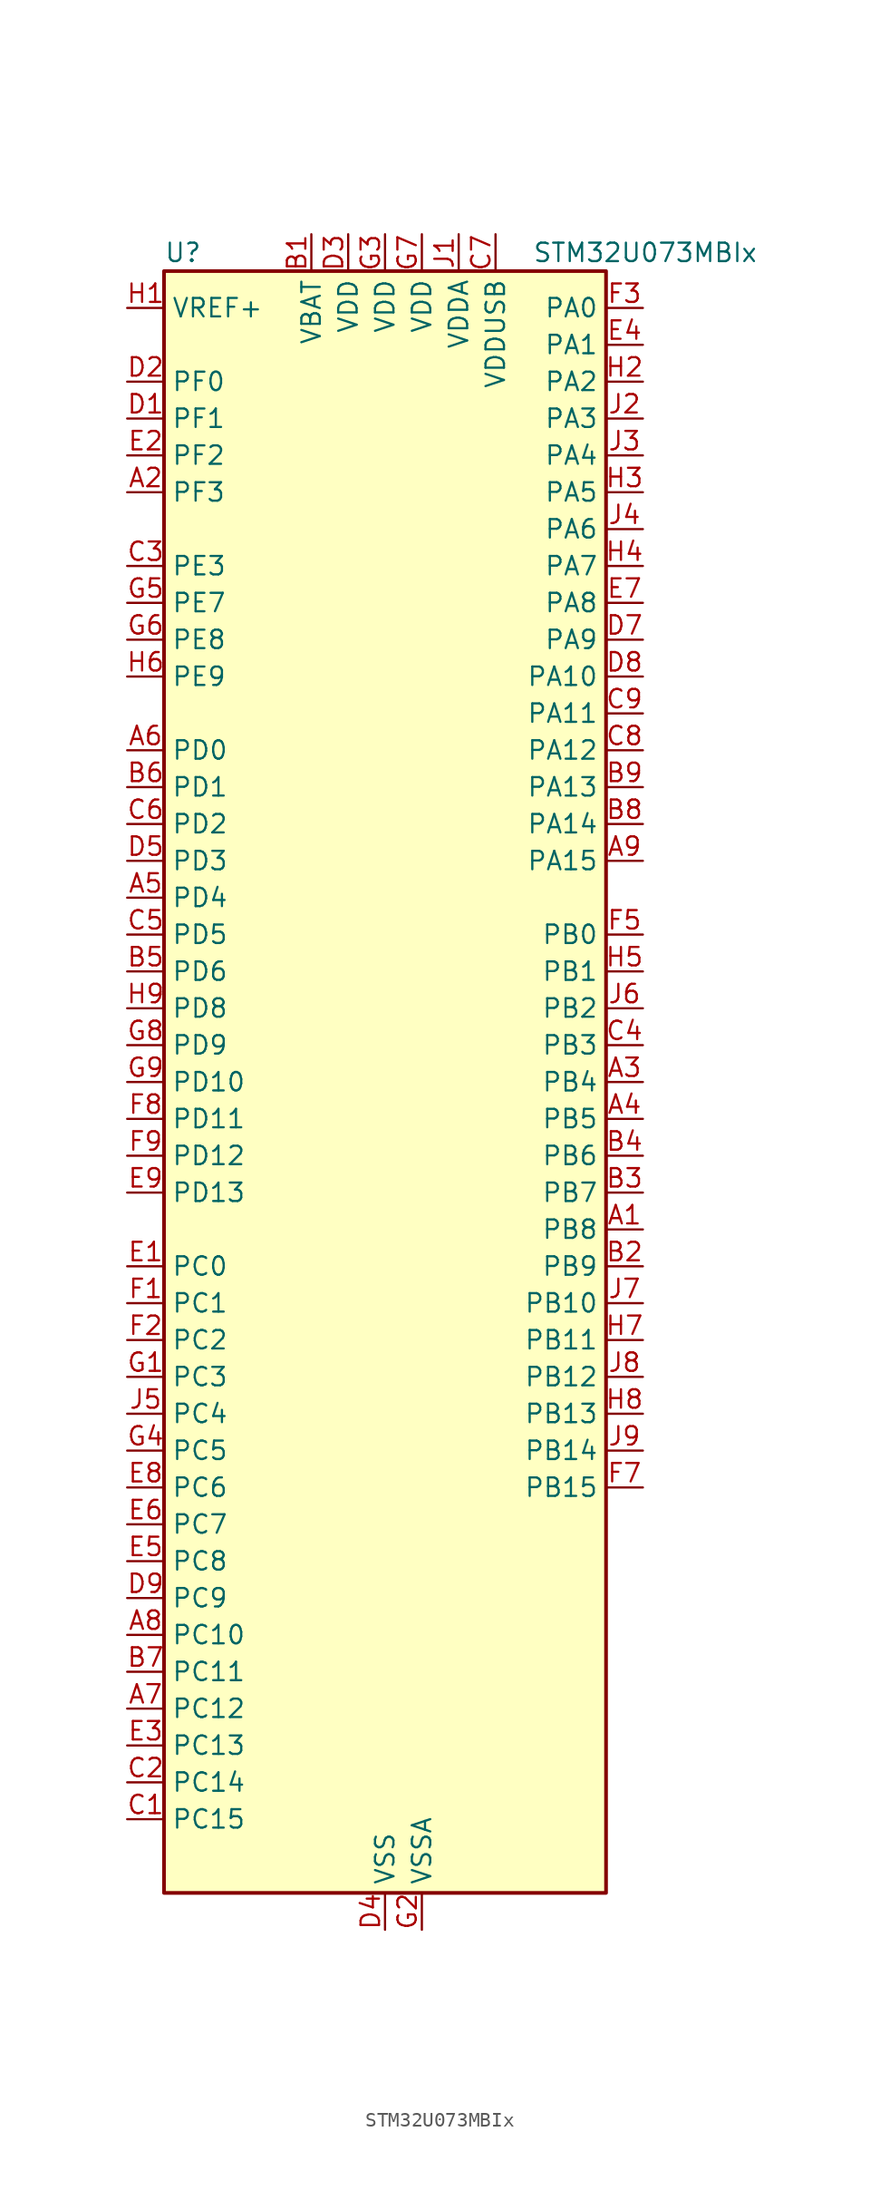
<source format=kicad_sym>
(kicad_symbol_lib
  (version 20231120)
  (generator "kicad_symbol_editor")
  (generator_version "8.99")
  (symbol "STM32U073MBIx"
    (property "Reference" "U"
      (at -15.24 57.15 0)
      (effects (font (size 1.27 1.27)) (justify left)))
    (property "Value" "STM32U073MBIx"
      (at 10.16 57.15 0)
      (effects (font (size 1.27 1.27)) (justify left)))
    (property "ki_locked" ""
      (at 0 0 0)
      (effects (font (size 1.27 1.27))))
    (symbol "STM32U073MBIx_0_1"
      (rectangle (start -15.24 -55.88) (end 15.24 55.88) (stroke (width 0.254) (type default)) (fill (type background))))
    (symbol "STM32U073MBIx_1_1"
      (pin bidirectional line (at 17.78 -10.16 180) (length 2.54) (name "PB8" (effects (font (size 1.27 1.27)))) (number "A1" (effects (font (size 1.27 1.27)))) (alternate "I2C1_SCL" bidirectional line) (alternate "I2C2_SCL" bidirectional line) (alternate "LCD_SEG16" bidirectional line) (alternate "LPTIM1_IN2" bidirectional line) (alternate "LPTIM3_IN2" bidirectional line) (alternate "TIM16_CH1" bidirectional line) (alternate "USART3_TX" bidirectional line))
      (pin bidirectional line (at -17.78 40.64 0) (length 2.54) (name "PF3" (effects (font (size 1.27 1.27)))) (number "A2" (effects (font (size 1.27 1.27)))))
      (pin bidirectional line (at 17.78 0 180) (length 2.54) (name "PB4" (effects (font (size 1.27 1.27)))) (number "A3" (effects (font (size 1.27 1.27)))) (alternate "COMP2_INP" bidirectional line) (alternate "I2C2_SDA" bidirectional line) (alternate "I2C3_SDA" bidirectional line) (alternate "LCD_SEG8" bidirectional line) (alternate "LPTIM1_CH4" bidirectional line) (alternate "LPUART3_DE" bidirectional line) (alternate "LPUART3_RTS" bidirectional line) (alternate "SPI1_MISO" bidirectional line) (alternate "SPI3_MISO" bidirectional line) (alternate "TIM3_CH1" bidirectional line) (alternate "TSC_G2_IO1" bidirectional line) (alternate "USART1_CTS" bidirectional line))
      (pin bidirectional line (at 17.78 -2.54 180) (length 2.54) (name "PB5" (effects (font (size 1.27 1.27)))) (number "A4" (effects (font (size 1.27 1.27)))) (alternate "COMP2_OUT" bidirectional line) (alternate "LCD_SEG9" bidirectional line) (alternate "LPTIM1_IN1" bidirectional line) (alternate "LPUART3_CTS" bidirectional line) (alternate "SPI1_MOSI" bidirectional line) (alternate "SPI3_MOSI" bidirectional line) (alternate "TIM16_BKIN" bidirectional line) (alternate "TIM3_CH2" bidirectional line) (alternate "TSC_G2_IO2" bidirectional line) (alternate "USART1_CK" bidirectional line))
      (pin bidirectional line (at -17.78 12.7 0) (length 2.54) (name "PD4" (effects (font (size 1.27 1.27)))) (number "A5" (effects (font (size 1.27 1.27)))) (alternate "LCD_SEG37" bidirectional line) (alternate "LPTIM1_CH3" bidirectional line) (alternate "SPI2_MOSI" bidirectional line) (alternate "USART2_DE" bidirectional line) (alternate "USART2_RTS" bidirectional line))
      (pin bidirectional line (at -17.78 22.86 0) (length 2.54) (name "PD0" (effects (font (size 1.27 1.27)))) (number "A6" (effects (font (size 1.27 1.27)))) (alternate "LCD_SEG34" bidirectional line) (alternate "SPI2_NSS" bidirectional line))
      (pin bidirectional line (at -17.78 -43.18 0) (length 2.54) (name "PC12" (effects (font (size 1.27 1.27)))) (number "A7" (effects (font (size 1.27 1.27)))) (alternate "LCD_COM6" bidirectional line) (alternate "LCD_SEG30" bidirectional line) (alternate "LCD_SEG50" bidirectional line) (alternate "LPTIM3_CH3" bidirectional line) (alternate "SPI3_MOSI" bidirectional line) (alternate "USART3_CK" bidirectional line) (alternate "USART4_CK" bidirectional line))
      (pin bidirectional line (at -17.78 -38.1 0) (length 2.54) (name "PC10" (effects (font (size 1.27 1.27)))) (number "A8" (effects (font (size 1.27 1.27)))) (alternate "LCD_COM4" bidirectional line) (alternate "LCD_SEG28" bidirectional line) (alternate "LCD_SEG48" bidirectional line) (alternate "LPTIM3_ETR" bidirectional line) (alternate "SPI3_SCK" bidirectional line) (alternate "TSC_G3_IO2" bidirectional line) (alternate "USART3_TX" bidirectional line) (alternate "USART4_TX" bidirectional line))
      (pin bidirectional line (at 17.78 15.24 180) (length 2.54) (name "PA15" (effects (font (size 1.27 1.27)))) (number "A9" (effects (font (size 1.27 1.27)))) (alternate "DEBUG_JTDI" bidirectional line) (alternate "LCD_SEG17" bidirectional line) (alternate "LPTIM3_CH3" bidirectional line) (alternate "LPTIM3_IN2" bidirectional line) (alternate "SPI1_NSS" bidirectional line) (alternate "SPI3_NSS" bidirectional line) (alternate "TIM2_CH1" bidirectional line) (alternate "TIM2_ETR" bidirectional line) (alternate "TSC_G3_IO1" bidirectional line) (alternate "USART2_RX" bidirectional line) (alternate "USART3_DE" bidirectional line) (alternate "USART3_RTS" bidirectional line) (alternate "USART4_DE" bidirectional line) (alternate "USART4_RTS" bidirectional line))
      (pin power_in line (at -5.08 58.42 270) (length 2.54) (name "VBAT" (effects (font (size 1.27 1.27)))) (number "B1" (effects (font (size 1.27 1.27)))))
      (pin bidirectional line (at 17.78 -12.7 180) (length 2.54) (name "PB9" (effects (font (size 1.27 1.27)))) (number "B2" (effects (font (size 1.27 1.27)))) (alternate "DAC1_EXTI9" bidirectional line) (alternate "I2C1_SDA" bidirectional line) (alternate "I2C2_SDA" bidirectional line) (alternate "IR_OUT" bidirectional line) (alternate "LCD_COM3" bidirectional line) (alternate "LPTIM1_CH4" bidirectional line) (alternate "LPTIM3_CH4" bidirectional line) (alternate "SPI2_NSS" bidirectional line) (alternate "USART3_RX" bidirectional line))
      (pin bidirectional line (at 17.78 -7.62 180) (length 2.54) (name "PB7" (effects (font (size 1.27 1.27)))) (number "B3" (effects (font (size 1.27 1.27)))) (alternate "COMP2_INM" bidirectional line) (alternate "I2C1_SDA" bidirectional line) (alternate "I2C2_SDA" bidirectional line) (alternate "I2C4_SDA" bidirectional line) (alternate "LCD_SEG21" bidirectional line) (alternate "LPTIM1_IN2" bidirectional line) (alternate "LPUART2_RX" bidirectional line) (alternate "LPUART3_RX" bidirectional line) (alternate "PWR_PVD_IN" bidirectional line) (alternate "TSC_G2_IO4" bidirectional line) (alternate "USART1_RX" bidirectional line) (alternate "USART4_CTS" bidirectional line))
      (pin bidirectional line (at 17.78 -5.08 180) (length 2.54) (name "PB6" (effects (font (size 1.27 1.27)))) (number "B4" (effects (font (size 1.27 1.27)))) (alternate "COMP2_INP" bidirectional line) (alternate "I2C1_SCL" bidirectional line) (alternate "I2C2_SCL" bidirectional line) (alternate "I2C4_SCL" bidirectional line) (alternate "LPTIM1_ETR" bidirectional line) (alternate "LPUART2_TX" bidirectional line) (alternate "LPUART3_TX" bidirectional line) (alternate "TIM16_CH1N" bidirectional line) (alternate "TSC_G2_IO3" bidirectional line) (alternate "USART1_TX" bidirectional line))
      (pin bidirectional line (at -17.78 7.62 0) (length 2.54) (name "PD6" (effects (font (size 1.27 1.27)))) (number "B5" (effects (font (size 1.27 1.27)))) (alternate "LCD_SEG39" bidirectional line) (alternate "USART2_RX" bidirectional line))
      (pin bidirectional line (at -17.78 20.32 0) (length 2.54) (name "PD1" (effects (font (size 1.27 1.27)))) (number "B6" (effects (font (size 1.27 1.27)))) (alternate "LCD_SEG35" bidirectional line) (alternate "LPTIM1_CH4" bidirectional line) (alternate "SPI2_SCK" bidirectional line))
      (pin bidirectional line (at -17.78 -40.64 0) (length 2.54) (name "PC11" (effects (font (size 1.27 1.27)))) (number "B7" (effects (font (size 1.27 1.27)))) (alternate "ADC1_EXTI11" bidirectional line) (alternate "LCD_COM5" bidirectional line) (alternate "LCD_SEG29" bidirectional line) (alternate "LCD_SEG49" bidirectional line) (alternate "LPTIM3_IN1" bidirectional line) (alternate "SPI3_MISO" bidirectional line) (alternate "TSC_G3_IO3" bidirectional line) (alternate "USART3_RX" bidirectional line) (alternate "USART4_RX" bidirectional line))
      (pin bidirectional line (at 17.78 17.78 180) (length 2.54) (name "PA14" (effects (font (size 1.27 1.27)))) (number "B8" (effects (font (size 1.27 1.27)))) (alternate "DEBUG_JTCK-SWCLK" bidirectional line) (alternate "LCD_SEG41" bidirectional line) (alternate "LPTIM1_CH1" bidirectional line) (alternate "TSC_G3_IO4" bidirectional line))
      (pin bidirectional line (at 17.78 20.32 180) (length 2.54) (name "PA13" (effects (font (size 1.27 1.27)))) (number "B9" (effects (font (size 1.27 1.27)))) (alternate "DEBUG_JTMS-SWDIO" bidirectional line) (alternate "IR_OUT" bidirectional line) (alternate "LCD_SEG40" bidirectional line) (alternate "TSC_G7_IO4" bidirectional line) (alternate "USB_NOE" bidirectional line))
      (pin bidirectional line (at -17.78 -50.8 0) (length 2.54) (name "PC15" (effects (font (size 1.27 1.27)))) (number "C1" (effects (font (size 1.27 1.27)))) (alternate "RCC_OSC32_EN" bidirectional line) (alternate "RCC_OSC32_OUT" bidirectional line) (alternate "RCC_OSC_EN" bidirectional line))
      (pin bidirectional line (at -17.78 -48.26 0) (length 2.54) (name "PC14" (effects (font (size 1.27 1.27)))) (number "C2" (effects (font (size 1.27 1.27)))) (alternate "RCC_OSC32_IN" bidirectional line))
      (pin bidirectional line (at -17.78 35.56 0) (length 2.54) (name "PE3" (effects (font (size 1.27 1.27)))) (number "C3" (effects (font (size 1.27 1.27)))) (alternate "TIM3_CH1" bidirectional line))
      (pin bidirectional line (at 17.78 2.54 180) (length 2.54) (name "PB3" (effects (font (size 1.27 1.27)))) (number "C4" (effects (font (size 1.27 1.27)))) (alternate "COMP2_INM" bidirectional line) (alternate "DEBUG_JTDO-SWO" bidirectional line) (alternate "I2C2_SCL" bidirectional line) (alternate "I2C3_SCL" bidirectional line) (alternate "LCD_SEG7" bidirectional line) (alternate "LPTIM1_CH3" bidirectional line) (alternate "SPI1_SCK" bidirectional line) (alternate "SPI3_SCK" bidirectional line) (alternate "TIM2_CH2" bidirectional line) (alternate "USART1_DE" bidirectional line) (alternate "USART1_RTS" bidirectional line))
      (pin bidirectional line (at -17.78 10.16 0) (length 2.54) (name "PD5" (effects (font (size 1.27 1.27)))) (number "C5" (effects (font (size 1.27 1.27)))) (alternate "LCD_SEG38" bidirectional line) (alternate "USART2_TX" bidirectional line))
      (pin bidirectional line (at -17.78 17.78 0) (length 2.54) (name "PD2" (effects (font (size 1.27 1.27)))) (number "C6" (effects (font (size 1.27 1.27)))) (alternate "LCD_COM7" bidirectional line) (alternate "LCD_SEG31" bidirectional line) (alternate "LCD_SEG51" bidirectional line) (alternate "TIM3_ETR" bidirectional line) (alternate "TSC_SYNC" bidirectional line) (alternate "USART3_DE" bidirectional line) (alternate "USART3_RTS" bidirectional line))
      (pin power_in line (at 7.62 58.42 270) (length 2.54) (name "VDDUSB" (effects (font (size 1.27 1.27)))) (number "C7" (effects (font (size 1.27 1.27)))))
      (pin bidirectional line (at 17.78 22.86 180) (length 2.54) (name "PA12" (effects (font (size 1.27 1.27)))) (number "C8" (effects (font (size 1.27 1.27)))) (alternate "SPI1_MOSI" bidirectional line) (alternate "SPI2_MOSI" bidirectional line) (alternate "TIM1_ETR" bidirectional line) (alternate "USART1_DE" bidirectional line) (alternate "USART1_RTS" bidirectional line) (alternate "USB_DP" bidirectional line))
      (pin bidirectional line (at 17.78 25.4 180) (length 2.54) (name "PA11" (effects (font (size 1.27 1.27)))) (number "C9" (effects (font (size 1.27 1.27)))) (alternate "ADC1_EXTI11" bidirectional line) (alternate "COMP1_OUT" bidirectional line) (alternate "SPI1_MISO" bidirectional line) (alternate "SPI2_MISO" bidirectional line) (alternate "TIM1_BKIN2" bidirectional line) (alternate "TIM1_CH4" bidirectional line) (alternate "USART1_CTS" bidirectional line) (alternate "USB_DM" bidirectional line))
      (pin bidirectional line (at -17.78 45.72 0) (length 2.54) (name "PF1" (effects (font (size 1.27 1.27)))) (number "D1" (effects (font (size 1.27 1.27)))) (alternate "RCC_OSC_EN" bidirectional line) (alternate "RCC_OSC_OUT" bidirectional line))
      (pin bidirectional line (at -17.78 48.26 0) (length 2.54) (name "PF0" (effects (font (size 1.27 1.27)))) (number "D2" (effects (font (size 1.27 1.27)))) (alternate "RCC_OSC_IN" bidirectional line))
      (pin power_in line (at -2.54 58.42 270) (length 2.54) (name "VDD" (effects (font (size 1.27 1.27)))) (number "D3" (effects (font (size 1.27 1.27)))))
      (pin power_in line (at 0 -58.42 90) (length 2.54) (name "VSS" (effects (font (size 1.27 1.27)))) (number "D4" (effects (font (size 1.27 1.27)))))
      (pin bidirectional line (at -17.78 15.24 0) (length 2.54) (name "PD3" (effects (font (size 1.27 1.27)))) (number "D5" (effects (font (size 1.27 1.27)))) (alternate "LCD_SEG36" bidirectional line) (alternate "SPI2_MISO" bidirectional line) (alternate "USART2_CTS" bidirectional line))
      (pin passive line (at 0 -58.42 90) (length 2.54) hide (name "VSS" (effects (font (size 1.27 1.27)))) (number "D6" (effects (font (size 1.27 1.27)))))
      (pin bidirectional line (at 17.78 30.48 180) (length 2.54) (name "PA9" (effects (font (size 1.27 1.27)))) (number "D7" (effects (font (size 1.27 1.27)))) (alternate "COMP1_INP" bidirectional line) (alternate "DAC1_EXTI9" bidirectional line) (alternate "I2C1_SCL" bidirectional line) (alternate "I2C2_SCL" bidirectional line) (alternate "LCD_COM1" bidirectional line) (alternate "RCC_MCO" bidirectional line) (alternate "TIM15_BKIN" bidirectional line) (alternate "TIM1_CH2" bidirectional line) (alternate "TSC_G7_IO2" bidirectional line) (alternate "USART1_TX" bidirectional line))
      (pin bidirectional line (at 17.78 27.94 180) (length 2.54) (name "PA10" (effects (font (size 1.27 1.27)))) (number "D8" (effects (font (size 1.27 1.27)))) (alternate "CRS_SYNC" bidirectional line) (alternate "I2C1_SDA" bidirectional line) (alternate "I2C2_SDA" bidirectional line) (alternate "LCD_COM2" bidirectional line) (alternate "RCC_MCO2" bidirectional line) (alternate "SPI2_NSS" bidirectional line) (alternate "TIM1_CH3" bidirectional line) (alternate "TSC_G7_IO3" bidirectional line) (alternate "USART1_RX" bidirectional line))
      (pin bidirectional line (at -17.78 -35.56 0) (length 2.54) (name "PC9" (effects (font (size 1.27 1.27)))) (number "D9" (effects (font (size 1.27 1.27)))) (alternate "DAC1_EXTI9" bidirectional line) (alternate "LCD_SEG27" bidirectional line) (alternate "LPTIM3_CH2" bidirectional line) (alternate "TIM3_CH4" bidirectional line) (alternate "TSC_G4_IO4" bidirectional line) (alternate "USB_NOE" bidirectional line))
      (pin bidirectional line (at -17.78 -12.7 0) (length 2.54) (name "PC0" (effects (font (size 1.27 1.27)))) (number "E1" (effects (font (size 1.27 1.27)))) (alternate "ADC1_IN0" bidirectional line) (alternate "I2C3_SCL" bidirectional line) (alternate "I2C4_SCL" bidirectional line) (alternate "LCD_BIAS1" bidirectional line) (alternate "LCD_SEG18" bidirectional line) (alternate "LPTIM1_IN1" bidirectional line) (alternate "LPTIM2_IN1" bidirectional line) (alternate "LPUART1_RX" bidirectional line) (alternate "LPUART2_TX" bidirectional line))
      (pin bidirectional line (at -17.78 43.18 0) (length 2.54) (name "PF2" (effects (font (size 1.27 1.27)))) (number "E2" (effects (font (size 1.27 1.27)))) (alternate "RCC_MCO" bidirectional line))
      (pin bidirectional line (at -17.78 -45.72 0) (length 2.54) (name "PC13" (effects (font (size 1.27 1.27)))) (number "E3" (effects (font (size 1.27 1.27)))) (alternate "LPTIM1_CH3" bidirectional line) (alternate "LPTIM3_CH3" bidirectional line) (alternate "PWR_WKUP2" bidirectional line) (alternate "RTC_OUT1" bidirectional line) (alternate "RTC_TS" bidirectional line) (alternate "TAMP_IN1" bidirectional line))
      (pin bidirectional line (at 17.78 50.8 180) (length 2.54) (name "PA1" (effects (font (size 1.27 1.27)))) (number "E4" (effects (font (size 1.27 1.27)))) (alternate "ADC1_IN5" bidirectional line) (alternate "COMP1_INP" bidirectional line) (alternate "LCD_SEG0" bidirectional line) (alternate "LPTIM1_CH2" bidirectional line) (alternate "OPAMP1_VINM" bidirectional line) (alternate "PWR_WKUP3" bidirectional line) (alternate "SPI1_SCK" bidirectional line) (alternate "SPI2_SCK" bidirectional line) (alternate "TAMP_IN5" bidirectional line) (alternate "TIM15_CH1N" bidirectional line) (alternate "TIM2_CH2" bidirectional line) (alternate "USART2_DE" bidirectional line) (alternate "USART2_RTS" bidirectional line) (alternate "USART4_RX" bidirectional line))
      (pin bidirectional line (at -17.78 -33.02 0) (length 2.54) (name "PC8" (effects (font (size 1.27 1.27)))) (number "E5" (effects (font (size 1.27 1.27)))) (alternate "LCD_SEG26" bidirectional line) (alternate "LPTIM3_CH1" bidirectional line) (alternate "TIM3_CH3" bidirectional line) (alternate "TSC_G4_IO3" bidirectional line))
      (pin bidirectional line (at -17.78 -30.48 0) (length 2.54) (name "PC7" (effects (font (size 1.27 1.27)))) (number "E6" (effects (font (size 1.27 1.27)))) (alternate "LCD_SEG25" bidirectional line) (alternate "LPTIM2_CH2" bidirectional line) (alternate "LPTIM3_CH4" bidirectional line) (alternate "LPUART2_RX" bidirectional line) (alternate "TIM3_CH2" bidirectional line) (alternate "TSC_G4_IO2" bidirectional line))
      (pin bidirectional line (at 17.78 33.02 180) (length 2.54) (name "PA8" (effects (font (size 1.27 1.27)))) (number "E7" (effects (font (size 1.27 1.27)))) (alternate "LCD_COM0" bidirectional line) (alternate "LPTIM2_CH1" bidirectional line) (alternate "RCC_MCO" bidirectional line) (alternate "RCC_MCO2" bidirectional line) (alternate "TIM1_CH1" bidirectional line) (alternate "TSC_G7_IO1" bidirectional line) (alternate "USART1_CK" bidirectional line))
      (pin bidirectional line (at -17.78 -27.94 0) (length 2.54) (name "PC6" (effects (font (size 1.27 1.27)))) (number "E8" (effects (font (size 1.27 1.27)))) (alternate "COMP1_INP" bidirectional line) (alternate "LCD_SEG24" bidirectional line) (alternate "LPUART2_TX" bidirectional line) (alternate "TIM3_CH1" bidirectional line) (alternate "TSC_G4_IO1" bidirectional line))
      (pin bidirectional line (at -17.78 -7.62 0) (length 2.54) (name "PD13" (effects (font (size 1.27 1.27)))) (number "E9" (effects (font (size 1.27 1.27)))) (alternate "I2C4_SDA" bidirectional line) (alternate "LCD_SEG33" bidirectional line) (alternate "LPTIM2_CH1" bidirectional line) (alternate "TSC_G6_IO4" bidirectional line))
      (pin bidirectional line (at -17.78 -15.24 0) (length 2.54) (name "PC1" (effects (font (size 1.27 1.27)))) (number "F1" (effects (font (size 1.27 1.27)))) (alternate "ADC1_IN1" bidirectional line) (alternate "I2C3_SDA" bidirectional line) (alternate "I2C4_SDA" bidirectional line) (alternate "LCD_BIAS2" bidirectional line) (alternate "LCD_SEG19" bidirectional line) (alternate "LPTIM1_CH1" bidirectional line) (alternate "LPUART1_TX" bidirectional line) (alternate "LPUART2_RX" bidirectional line))
      (pin bidirectional line (at -17.78 -17.78 0) (length 2.54) (name "PC2" (effects (font (size 1.27 1.27)))) (number "F2" (effects (font (size 1.27 1.27)))) (alternate "ADC1_IN2" bidirectional line) (alternate "LCD_BIAS3" bidirectional line) (alternate "LCD_SEG20" bidirectional line) (alternate "LPTIM1_IN2" bidirectional line) (alternate "RCC_MCO2" bidirectional line) (alternate "SPI2_MISO" bidirectional line))
      (pin bidirectional line (at 17.78 53.34 180) (length 2.54) (name "PA0" (effects (font (size 1.27 1.27)))) (number "F3" (effects (font (size 1.27 1.27)))) (alternate "ADC1_IN4" bidirectional line) (alternate "COMP1_INM" bidirectional line) (alternate "COMP1_OUT" bidirectional line) (alternate "LCD_SEG42" bidirectional line) (alternate "OPAMP1_VINP" bidirectional line) (alternate "PWR_WKUP1" bidirectional line) (alternate "TAMP_IN2" bidirectional line) (alternate "TIM2_CH1" bidirectional line) (alternate "TIM2_ETR" bidirectional line) (alternate "USART2_CTS" bidirectional line) (alternate "USART4_TX" bidirectional line))
      (pin passive line (at 0 -58.42 90) (length 2.54) hide (name "VSS" (effects (font (size 1.27 1.27)))) (number "F4" (effects (font (size 1.27 1.27)))))
      (pin bidirectional line (at 17.78 10.16 180) (length 2.54) (name "PB0" (effects (font (size 1.27 1.27)))) (number "F5" (effects (font (size 1.27 1.27)))) (alternate "ADC1_IN17" bidirectional line) (alternate "COMP1_OUT" bidirectional line) (alternate "LCD_SEG5" bidirectional line) (alternate "LPTIM3_CH1" bidirectional line) (alternate "LPUART2_CTS" bidirectional line) (alternate "SPI1_NSS" bidirectional line) (alternate "TIM1_CH2N" bidirectional line) (alternate "TIM3_CH3" bidirectional line) (alternate "TSC_G5_IO2" bidirectional line) (alternate "USART3_CK" bidirectional line))
      (pin passive line (at 0 -58.42 90) (length 2.54) hide (name "VSS" (effects (font (size 1.27 1.27)))) (number "F6" (effects (font (size 1.27 1.27)))))
      (pin bidirectional line (at 17.78 -27.94 180) (length 2.54) (name "PB15" (effects (font (size 1.27 1.27)))) (number "F7" (effects (font (size 1.27 1.27)))) (alternate "LCD_SEG15" bidirectional line) (alternate "PWR_WKUP7" bidirectional line) (alternate "RTC_REFIN" bidirectional line) (alternate "SPI2_MOSI" bidirectional line) (alternate "TAMP_IN3" bidirectional line) (alternate "TIM15_CH2" bidirectional line) (alternate "TIM1_CH3N" bidirectional line) (alternate "TSC_G1_IO4" bidirectional line))
      (pin bidirectional line (at -17.78 -2.54 0) (length 2.54) (name "PD11" (effects (font (size 1.27 1.27)))) (number "F8" (effects (font (size 1.27 1.27)))) (alternate "ADC1_EXTI11" bidirectional line) (alternate "LCD_SEG31" bidirectional line) (alternate "LPTIM2_ETR" bidirectional line) (alternate "LPUART3_CTS" bidirectional line) (alternate "TSC_G6_IO2" bidirectional line) (alternate "USART3_CTS" bidirectional line))
      (pin bidirectional line (at -17.78 -5.08 0) (length 2.54) (name "PD12" (effects (font (size 1.27 1.27)))) (number "F9" (effects (font (size 1.27 1.27)))) (alternate "I2C4_SCL" bidirectional line) (alternate "LCD_SEG32" bidirectional line) (alternate "LPTIM2_IN1" bidirectional line) (alternate "LPUART3_DE" bidirectional line) (alternate "LPUART3_RTS" bidirectional line) (alternate "TSC_G6_IO3" bidirectional line) (alternate "USART3_DE" bidirectional line) (alternate "USART3_RTS" bidirectional line))
      (pin bidirectional line (at -17.78 -20.32 0) (length 2.54) (name "PC3" (effects (font (size 1.27 1.27)))) (number "G1" (effects (font (size 1.27 1.27)))) (alternate "ADC1_IN3" bidirectional line) (alternate "LPTIM1_ETR" bidirectional line) (alternate "LPTIM2_ETR" bidirectional line) (alternate "LPTIM3_CH1" bidirectional line) (alternate "SPI2_MOSI" bidirectional line) (alternate "USART4_CK" bidirectional line))
      (pin power_in line (at 2.54 -58.42 90) (length 2.54) (name "VSSA" (effects (font (size 1.27 1.27)))) (number "G2" (effects (font (size 1.27 1.27)))))
      (pin power_in line (at 0 58.42 270) (length 2.54) (name "VDD" (effects (font (size 1.27 1.27)))) (number "G3" (effects (font (size 1.27 1.27)))))
      (pin bidirectional line (at -17.78 -25.4 0) (length 2.54) (name "PC5" (effects (font (size 1.27 1.27)))) (number "G4" (effects (font (size 1.27 1.27)))) (alternate "ADC1_IN16" bidirectional line) (alternate "COMP1_INP" bidirectional line) (alternate "LCD_SEG23" bidirectional line) (alternate "LPTIM3_CH3" bidirectional line) (alternate "LPUART3_RX" bidirectional line) (alternate "PWR_WKUP5" bidirectional line) (alternate "TAMP_IN4" bidirectional line) (alternate "USART3_RX" bidirectional line))
      (pin bidirectional line (at -17.78 33.02 0) (length 2.54) (name "PE7" (effects (font (size 1.27 1.27)))) (number "G5" (effects (font (size 1.27 1.27)))) (alternate "LCD_SEG45" bidirectional line) (alternate "TIM1_ETR" bidirectional line))
      (pin bidirectional line (at -17.78 30.48 0) (length 2.54) (name "PE8" (effects (font (size 1.27 1.27)))) (number "G6" (effects (font (size 1.27 1.27)))) (alternate "LCD_SEG46" bidirectional line) (alternate "TIM1_CH1N" bidirectional line))
      (pin power_in line (at 2.54 58.42 270) (length 2.54) (name "VDD" (effects (font (size 1.27 1.27)))) (number "G7" (effects (font (size 1.27 1.27)))))
      (pin bidirectional line (at -17.78 2.54 0) (length 2.54) (name "PD9" (effects (font (size 1.27 1.27)))) (number "G8" (effects (font (size 1.27 1.27)))) (alternate "DAC1_EXTI9" bidirectional line) (alternate "LCD_SEG29" bidirectional line) (alternate "LPTIM3_IN1" bidirectional line) (alternate "LPUART3_RX" bidirectional line) (alternate "USART3_RX" bidirectional line))
      (pin bidirectional line (at -17.78 0 0) (length 2.54) (name "PD10" (effects (font (size 1.27 1.27)))) (number "G9" (effects (font (size 1.27 1.27)))) (alternate "COMP2_INP" bidirectional line) (alternate "LCD_SEG30" bidirectional line) (alternate "LPTIM2_CH2" bidirectional line) (alternate "LPTIM3_ETR" bidirectional line) (alternate "TSC_G6_IO1" bidirectional line) (alternate "USART3_CK" bidirectional line))
      (pin input line (at -17.78 53.34 0) (length 2.54) (name "VREF+" (effects (font (size 1.27 1.27)))) (number "H1" (effects (font (size 1.27 1.27)))) (alternate "VREFBUF_OUT" bidirectional line))
      (pin bidirectional line (at 17.78 48.26 180) (length 2.54) (name "PA2" (effects (font (size 1.27 1.27)))) (number "H2" (effects (font (size 1.27 1.27)))) (alternate "ADC1_IN6" bidirectional line) (alternate "COMP2_INM" bidirectional line) (alternate "COMP2_OUT" bidirectional line) (alternate "LCD_SEG1" bidirectional line) (alternate "LPUART1_TX" bidirectional line) (alternate "PWR_WKUP4" bidirectional line) (alternate "RCC_LSCO" bidirectional line) (alternate "TIM15_CH1" bidirectional line) (alternate "TIM2_CH3" bidirectional line) (alternate "USART2_TX" bidirectional line))
      (pin bidirectional line (at 17.78 40.64 180) (length 2.54) (name "PA5" (effects (font (size 1.27 1.27)))) (number "H3" (effects (font (size 1.27 1.27)))) (alternate "ADC1_IN9" bidirectional line) (alternate "COMP1_INM" bidirectional line) (alternate "COMP2_INM" bidirectional line) (alternate "LCD_SEG44" bidirectional line) (alternate "LPTIM2_ETR" bidirectional line) (alternate "LPUART3_RX" bidirectional line) (alternate "SPI1_SCK" bidirectional line) (alternate "TIM2_CH1" bidirectional line) (alternate "TIM2_ETR" bidirectional line) (alternate "USART3_TX" bidirectional line))
      (pin bidirectional line (at 17.78 35.56 180) (length 2.54) (name "PA7" (effects (font (size 1.27 1.27)))) (number "H4" (effects (font (size 1.27 1.27)))) (alternate "ADC1_IN14" bidirectional line) (alternate "COMP2_OUT" bidirectional line) (alternate "I2C2_SCL" bidirectional line) (alternate "I2C3_SCL" bidirectional line) (alternate "LCD_SEG4" bidirectional line) (alternate "LPTIM2_CH2" bidirectional line) (alternate "SPI1_MOSI" bidirectional line) (alternate "TIM1_CH1N" bidirectional line) (alternate "TIM3_CH2" bidirectional line) (alternate "USART3_RX" bidirectional line))
      (pin bidirectional line (at 17.78 7.62 180) (length 2.54) (name "PB1" (effects (font (size 1.27 1.27)))) (number "H5" (effects (font (size 1.27 1.27)))) (alternate "ADC1_IN18" bidirectional line) (alternate "COMP1_INM" bidirectional line) (alternate "LCD_SEG6" bidirectional line) (alternate "LPTIM2_IN1" bidirectional line) (alternate "LPTIM3_CH2" bidirectional line) (alternate "LPUART1_DE" bidirectional line) (alternate "LPUART1_RTS" bidirectional line) (alternate "LPUART2_DE" bidirectional line) (alternate "LPUART2_RTS" bidirectional line) (alternate "TIM1_CH3N" bidirectional line) (alternate "TIM3_CH4" bidirectional line) (alternate "TSC_SYNC" bidirectional line) (alternate "USART3_DE" bidirectional line) (alternate "USART3_RTS" bidirectional line))
      (pin bidirectional line (at -17.78 27.94 0) (length 2.54) (name "PE9" (effects (font (size 1.27 1.27)))) (number "H6" (effects (font (size 1.27 1.27)))) (alternate "DAC1_EXTI9" bidirectional line) (alternate "LCD_SEG47" bidirectional line) (alternate "LPTIM1_CH3" bidirectional line) (alternate "TIM1_CH1" bidirectional line))
      (pin bidirectional line (at 17.78 -17.78 180) (length 2.54) (name "PB11" (effects (font (size 1.27 1.27)))) (number "H7" (effects (font (size 1.27 1.27)))) (alternate "ADC1_EXTI11" bidirectional line) (alternate "COMP2_OUT" bidirectional line) (alternate "I2C2_SDA" bidirectional line) (alternate "I2C4_SDA" bidirectional line) (alternate "LCD_SEG11" bidirectional line) (alternate "LPUART1_TX" bidirectional line) (alternate "LPUART2_TX" bidirectional line) (alternate "TIM2_CH4" bidirectional line) (alternate "TSC_G5_IO4" bidirectional line) (alternate "USART3_RX" bidirectional line))
      (pin bidirectional line (at 17.78 -22.86 180) (length 2.54) (name "PB13" (effects (font (size 1.27 1.27)))) (number "H8" (effects (font (size 1.27 1.27)))) (alternate "I2C2_SCL" bidirectional line) (alternate "LCD_SEG13" bidirectional line) (alternate "LPTIM3_IN1" bidirectional line) (alternate "LPUART1_CTS" bidirectional line) (alternate "SPI2_SCK" bidirectional line) (alternate "TIM15_CH1N" bidirectional line) (alternate "TIM1_CH1N" bidirectional line) (alternate "TSC_G1_IO2" bidirectional line) (alternate "USART3_CTS" bidirectional line))
      (pin bidirectional line (at -17.78 5.08 0) (length 2.54) (name "PD8" (effects (font (size 1.27 1.27)))) (number "H9" (effects (font (size 1.27 1.27)))) (alternate "LCD_SEG28" bidirectional line) (alternate "LPUART3_TX" bidirectional line) (alternate "USART3_TX" bidirectional line))
      (pin power_in line (at 5.08 58.42 270) (length 2.54) (name "VDDA" (effects (font (size 1.27 1.27)))) (number "J1" (effects (font (size 1.27 1.27)))))
      (pin bidirectional line (at 17.78 45.72 180) (length 2.54) (name "PA3" (effects (font (size 1.27 1.27)))) (number "J2" (effects (font (size 1.27 1.27)))) (alternate "ADC1_IN7" bidirectional line) (alternate "COMP2_INP" bidirectional line) (alternate "LCD_SEG2" bidirectional line) (alternate "LPUART1_RX" bidirectional line) (alternate "OPAMP1_VOUT" bidirectional line) (alternate "TIM15_CH2" bidirectional line) (alternate "TIM2_CH4" bidirectional line) (alternate "USART2_RX" bidirectional line))
      (pin bidirectional line (at 17.78 43.18 180) (length 2.54) (name "PA4" (effects (font (size 1.27 1.27)))) (number "J3" (effects (font (size 1.27 1.27)))) (alternate "ADC1_IN8" bidirectional line) (alternate "COMP1_INM" bidirectional line) (alternate "COMP2_INM" bidirectional line) (alternate "DAC1_OUT1" bidirectional line) (alternate "LCD_SEG43" bidirectional line) (alternate "LPTIM2_CH1" bidirectional line) (alternate "LPUART3_TX" bidirectional line) (alternate "SPI1_NSS" bidirectional line) (alternate "SPI3_NSS" bidirectional line) (alternate "USART2_CK" bidirectional line))
      (pin bidirectional line (at 17.78 38.1 180) (length 2.54) (name "PA6" (effects (font (size 1.27 1.27)))) (number "J4" (effects (font (size 1.27 1.27)))) (alternate "ADC1_IN10" bidirectional line) (alternate "COMP1_OUT" bidirectional line) (alternate "I2C2_SDA" bidirectional line) (alternate "I2C3_SDA" bidirectional line) (alternate "LCD_SEG3" bidirectional line) (alternate "LPUART1_CTS" bidirectional line) (alternate "SPI1_MISO" bidirectional line) (alternate "TIM16_CH1" bidirectional line) (alternate "TIM1_BKIN" bidirectional line) (alternate "TIM3_CH1" bidirectional line) (alternate "TSC_G5_IO1" bidirectional line) (alternate "USART3_CTS" bidirectional line))
      (pin bidirectional line (at -17.78 -22.86 0) (length 2.54) (name "PC4" (effects (font (size 1.27 1.27)))) (number "J5" (effects (font (size 1.27 1.27)))) (alternate "ADC1_IN15" bidirectional line) (alternate "COMP1_INM" bidirectional line) (alternate "LCD_SEG22" bidirectional line) (alternate "LPUART3_TX" bidirectional line) (alternate "USART3_TX" bidirectional line))
      (pin bidirectional line (at 17.78 5.08 180) (length 2.54) (name "PB2" (effects (font (size 1.27 1.27)))) (number "J6" (effects (font (size 1.27 1.27)))) (alternate "COMP1_INP" bidirectional line) (alternate "LPTIM1_CH1" bidirectional line) (alternate "RTC_OUT2" bidirectional line))
      (pin bidirectional line (at 17.78 -15.24 180) (length 2.54) (name "PB10" (effects (font (size 1.27 1.27)))) (number "J7" (effects (font (size 1.27 1.27)))) (alternate "COMP1_OUT" bidirectional line) (alternate "I2C2_SCL" bidirectional line) (alternate "I2C4_SCL" bidirectional line) (alternate "LCD_SEG10" bidirectional line) (alternate "LPTIM3_CH1" bidirectional line) (alternate "LPUART1_RX" bidirectional line) (alternate "LPUART2_RX" bidirectional line) (alternate "SPI2_SCK" bidirectional line) (alternate "TIM2_CH3" bidirectional line) (alternate "TSC_G5_IO3" bidirectional line) (alternate "USART3_TX" bidirectional line))
      (pin bidirectional line (at 17.78 -20.32 180) (length 2.54) (name "PB12" (effects (font (size 1.27 1.27)))) (number "J8" (effects (font (size 1.27 1.27)))) (alternate "LCD_SEG12" bidirectional line) (alternate "LPUART1_DE" bidirectional line) (alternate "LPUART1_RTS" bidirectional line) (alternate "SPI2_NSS" bidirectional line) (alternate "TIM15_BKIN" bidirectional line) (alternate "TIM1_BKIN" bidirectional line) (alternate "TSC_G1_IO1" bidirectional line) (alternate "USART3_CK" bidirectional line))
      (pin bidirectional line (at 17.78 -25.4 180) (length 2.54) (name "PB14" (effects (font (size 1.27 1.27)))) (number "J9" (effects (font (size 1.27 1.27)))) (alternate "I2C2_SDA" bidirectional line) (alternate "LCD_SEG14" bidirectional line) (alternate "LPTIM3_ETR" bidirectional line) (alternate "SPI2_MISO" bidirectional line) (alternate "TIM15_CH1" bidirectional line) (alternate "TIM1_CH2N" bidirectional line) (alternate "TSC_G1_IO3" bidirectional line) (alternate "USART3_DE" bidirectional line) (alternate "USART3_RTS" bidirectional line)))))
</source>
